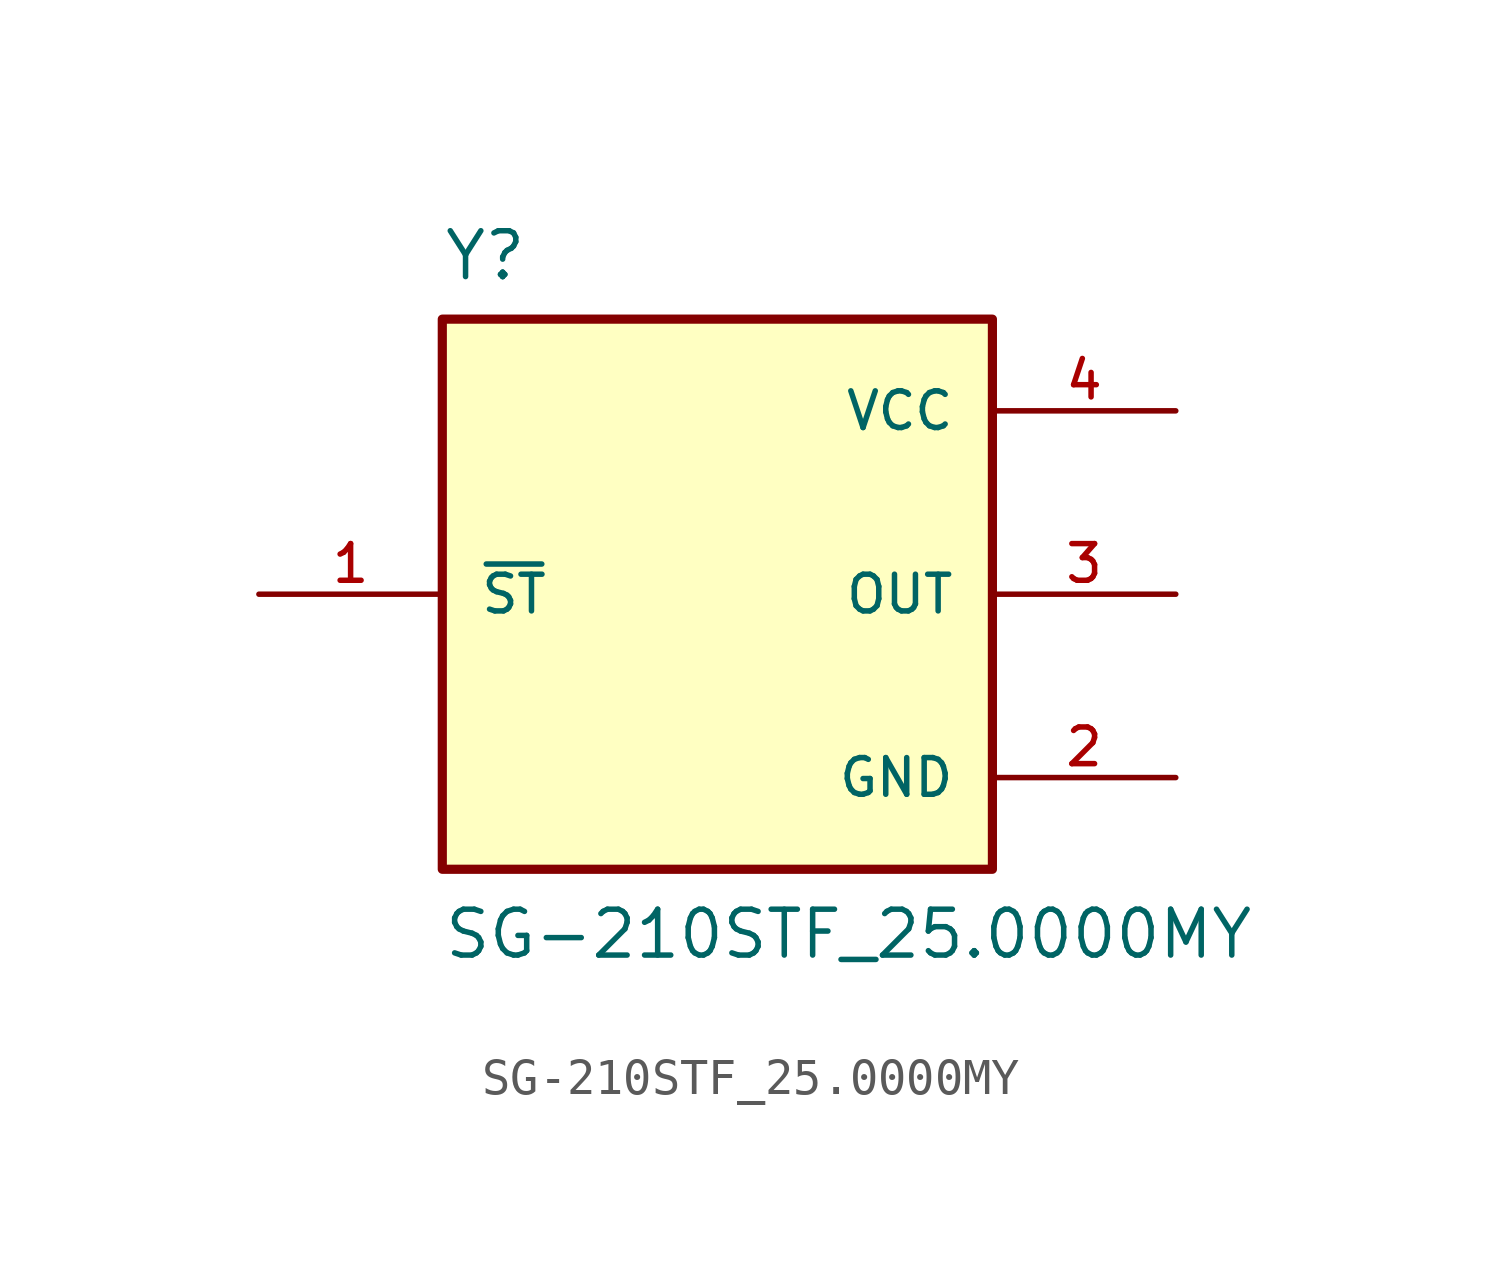
<source format=kicad_sym>
(kicad_symbol_lib
  (version 20211014)
  (generator kicad_symbol_editor)
  (symbol "SG-210STF_25.0000MY"
    (pin_names
      (offset 1.016))
    (property "Reference" "Y"
      (at -7.62 8.636 0)
      (effects (font (size 1.27 1.27)) (justify bottom left)))
    (property "Value" "SG-210STF_25.0000MY"
      (at -7.62 -10.16 0)
      (effects (font (size 1.27 1.27)) (justify bottom left)))
    (symbol "SG-210STF_25.0000MY_0_0"
      (rectangle (start -7.62 -7.62) (end 7.62 7.62) (stroke (width 0.254)) (fill (type background)))
      (pin power_in line (at 12.7 5.08 180.0) (length 5.08) (name "VCC" (effects (font (size 1.016 1.016)))) (number "4" (effects (font (size 1.016 1.016)))))
      (pin input line (at -12.7 0.0 0) (length 5.08) (name "~{ST}" (effects (font (size 1.016 1.016)))) (number "1" (effects (font (size 1.016 1.016)))))
      (pin output line (at 12.7 0.0 180.0) (length 5.08) (name "OUT" (effects (font (size 1.016 1.016)))) (number "3" (effects (font (size 1.016 1.016)))))
      (pin power_in line (at 12.7 -5.08 180.0) (length 5.08) (name "GND" (effects (font (size 1.016 1.016)))) (number "2" (effects (font (size 1.016 1.016))))))))
</source>
